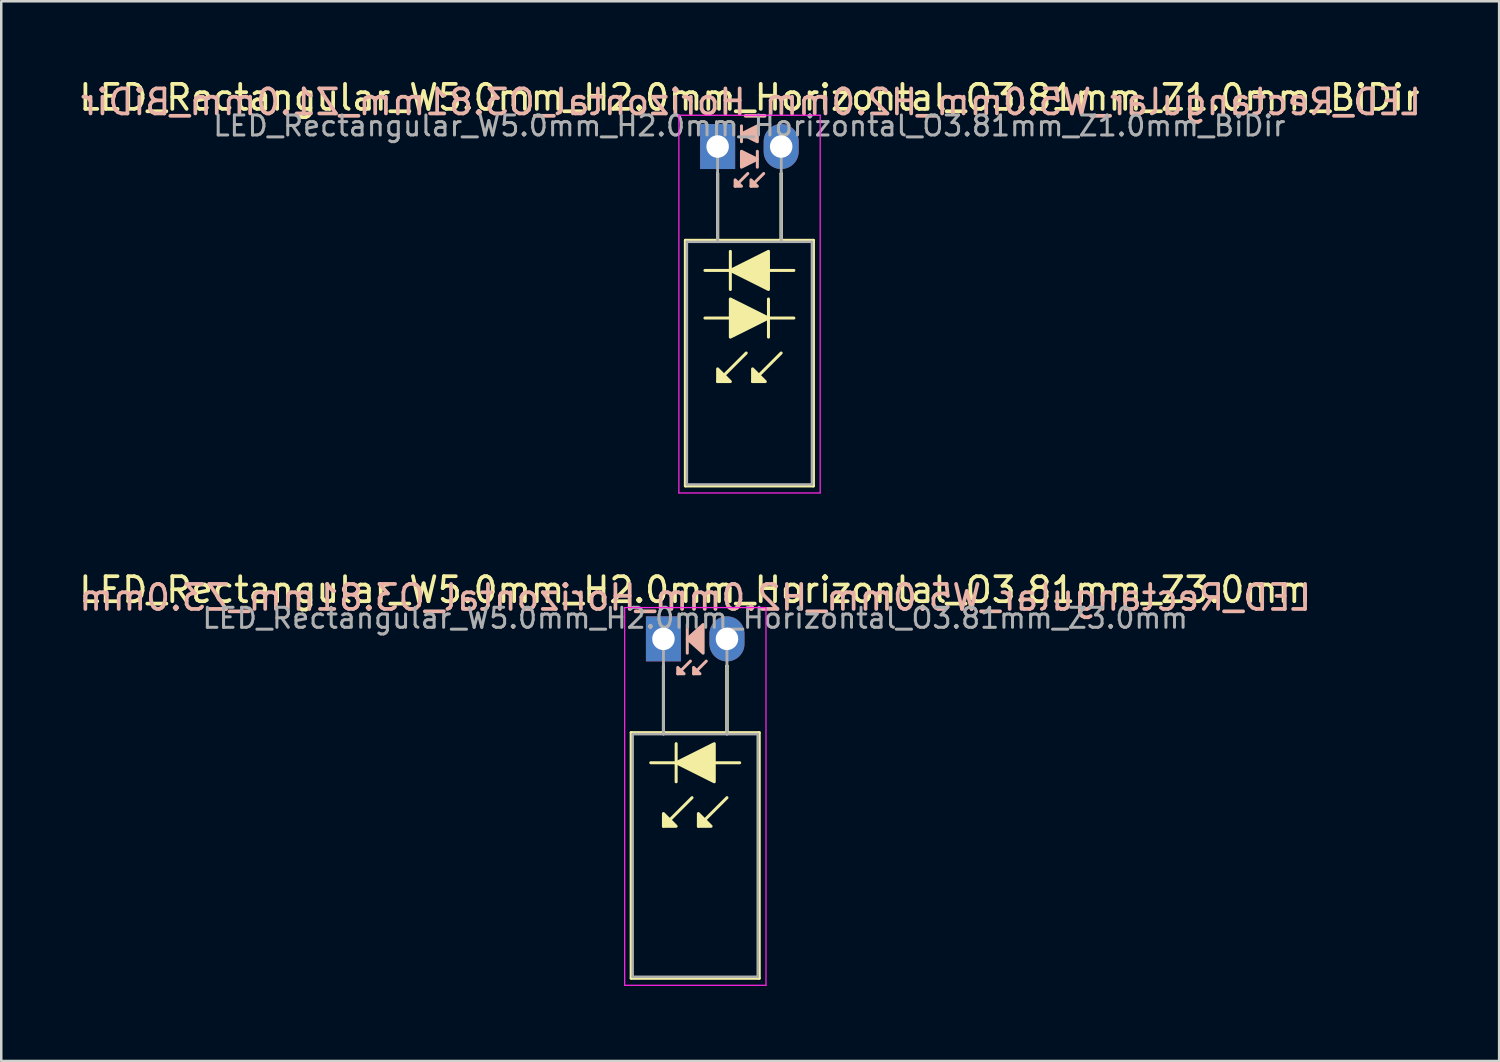
<source format=kicad_pcb>
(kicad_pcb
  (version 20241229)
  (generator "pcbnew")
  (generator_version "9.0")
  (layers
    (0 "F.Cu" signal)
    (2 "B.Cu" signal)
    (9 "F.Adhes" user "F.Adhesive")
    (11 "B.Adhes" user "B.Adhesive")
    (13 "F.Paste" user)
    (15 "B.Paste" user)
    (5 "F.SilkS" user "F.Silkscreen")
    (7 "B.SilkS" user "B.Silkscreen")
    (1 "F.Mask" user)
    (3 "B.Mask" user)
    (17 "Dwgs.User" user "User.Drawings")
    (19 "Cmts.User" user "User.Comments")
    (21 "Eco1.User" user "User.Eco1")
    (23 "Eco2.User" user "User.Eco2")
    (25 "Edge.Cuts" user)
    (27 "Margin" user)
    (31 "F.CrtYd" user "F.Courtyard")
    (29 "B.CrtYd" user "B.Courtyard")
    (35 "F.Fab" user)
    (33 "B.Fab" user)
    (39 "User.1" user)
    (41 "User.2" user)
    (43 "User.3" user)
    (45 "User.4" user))
  (footprint "LED_Rectangular_W5.0mm_H2.0mm_Horizontal_O3.81mm_Z1.0mm_BiDir"
    (layer "F.Cu")
    (at 25.641 2.808)
    (property "Reference" "LED_Rectangular_W5.0mm_H2.0mm_Horizontal_O3.81mm_Z1.0mm_BiDir" (at 1.27 -1.96 0) (layer "F.SilkS") (effects (font (size 1 1) (thickness 0.15))))
    (fp_line (start -1.29 3.75) (end -1.29 13.57) (stroke (width 0.12) (type solid)) (layer "F.SilkS"))
    (fp_line (start -1.29 13.57) (end 3.83 13.57) (stroke (width 0.12) (type solid)) (layer "F.SilkS"))
    (fp_line (start -0.508 6.858) (end 0.508 6.858) (stroke (width 0.12) (type solid)) (layer "F.SilkS"))
    (fp_line (start 0 1.08) (end 0 1.08) (stroke (width 0.12) (type solid)) (layer "F.SilkS"))
    (fp_line (start 0 1.08) (end 0 3.75) (stroke (width 0.12) (type solid)) (layer "F.SilkS"))
    (fp_line (start 0 3.75) (end 0 1.08) (stroke (width 0.12) (type solid)) (layer "F.SilkS"))
    (fp_line (start 0 3.75) (end 0 3.75) (stroke (width 0.12) (type solid)) (layer "F.SilkS"))
    (fp_line (start 0.508 4.191) (end 0.508 5.715) (stroke (width 0.12) (type solid)) (layer "F.SilkS"))
    (fp_line (start 0.508 4.953) (end -0.508 4.953) (stroke (width 0.12) (type solid)) (layer "F.SilkS"))
    (fp_line (start 1.143 8.255) (end 0 9.398) (stroke (width 0.12) (type solid)) (layer "F.SilkS"))
    (fp_line (start 2.032 6.858) (end 3.048 6.858) (stroke (width 0.12) (type solid)) (layer "F.SilkS"))
    (fp_line (start 2.032 7.62) (end 2.032 6.096) (stroke (width 0.12) (type solid)) (layer "F.SilkS"))
    (fp_line (start 2.54 1.08) (end 2.54 1.08) (stroke (width 0.12) (type solid)) (layer "F.SilkS"))
    (fp_line (start 2.54 1.08) (end 2.54 3.75) (stroke (width 0.12) (type solid)) (layer "F.SilkS"))
    (fp_line (start 2.54 3.75) (end 2.54 1.08) (stroke (width 0.12) (type solid)) (layer "F.SilkS"))
    (fp_line (start 2.54 3.75) (end 2.54 3.75) (stroke (width 0.12) (type solid)) (layer "F.SilkS"))
    (fp_line (start 2.54 8.255) (end 1.397 9.398) (stroke (width 0.12) (type solid)) (layer "F.SilkS"))
    (fp_line (start 3.048 4.953) (end 2.032 4.953) (stroke (width 0.12) (type solid)) (layer "F.SilkS"))
    (fp_line (start 3.83 3.75) (end -1.29 3.75) (stroke (width 0.12) (type solid)) (layer "F.SilkS"))
    (fp_line (start 3.83 13.57) (end 3.83 3.75) (stroke (width 0.12) (type solid)) (layer "F.SilkS"))
    (fp_poly (pts (xy 0 8.89) (xy 0.508 9.398) (xy 0 9.398)) (stroke (width 0.12) (type solid)) (fill yes) (layer "F.SilkS"))
    (fp_poly (pts (xy 0.508 6.096) (xy 2.032 6.858) (xy 0.508 7.62)) (stroke (width 0.12) (type solid)) (fill yes) (layer "F.SilkS"))
    (fp_poly (pts (xy 1.397 8.89) (xy 1.905 9.398) (xy 1.397 9.398)) (stroke (width 0.12) (type solid)) (fill yes) (layer "F.SilkS"))
    (fp_poly (pts (xy 2.032 5.715) (xy 0.508 4.953) (xy 2.032 4.191)) (stroke (width 0.12) (type solid)) (fill yes) (layer "F.SilkS"))
    (fp_line (start 0.953 -0.826) (end 0.953 -0.191) (stroke (width 0.12) (type solid)) (layer "B.SilkS"))
    (fp_line (start 1.206 1.079) (end 0.699 1.587) (stroke (width 0.12) (type solid)) (layer "B.SilkS"))
    (fp_line (start 1.587 0.826) (end 1.587 0.191) (stroke (width 0.12) (type solid)) (layer "B.SilkS"))
    (fp_line (start 1.841 1.079) (end 1.333 1.587) (stroke (width 0.12) (type solid)) (layer "B.SilkS"))
    (fp_poly (pts (xy 0.699 1.333) (xy 0.953 1.587) (xy 0.699 1.587)) (stroke (width 0.12) (type solid)) (fill yes) (layer "B.SilkS"))
    (fp_poly (pts (xy 0.953 0.191) (xy 1.587 0.508) (xy 0.953 0.826)) (stroke (width 0.12) (type solid)) (fill yes) (layer "B.SilkS"))
    (fp_poly (pts (xy 1.333 1.333) (xy 1.587 1.587) (xy 1.333 1.587)) (stroke (width 0.12) (type solid)) (fill yes) (layer "B.SilkS"))
    (fp_poly (pts (xy 1.587 -0.191) (xy 0.953 -0.508) (xy 1.587 -0.826)) (stroke (width 0.12) (type solid)) (fill yes) (layer "B.SilkS"))
    (fp_line (start -1.55 -1.25) (end -1.55 13.85) (stroke (width 0.05) (type solid)) (layer "F.CrtYd"))
    (fp_line (start -1.55 13.85) (end 4.1 13.85) (stroke (width 0.05) (type solid)) (layer "F.CrtYd"))
    (fp_line (start 4.1 -1.25) (end -1.55 -1.25) (stroke (width 0.05) (type solid)) (layer "F.CrtYd"))
    (fp_line (start 4.1 13.85) (end 4.1 -1.25) (stroke (width 0.05) (type solid)) (layer "F.CrtYd"))
    (fp_line (start -1.23 3.81) (end -1.23 13.51) (stroke (width 0.1) (type solid)) (layer "F.Fab"))
    (fp_line (start -1.23 13.51) (end 3.77 13.51) (stroke (width 0.1) (type solid)) (layer "F.Fab"))
    (fp_line (start 0 0) (end 0 0) (stroke (width 0.1) (type solid)) (layer "F.Fab"))
    (fp_line (start 0 0) (end 0 3.81) (stroke (width 0.1) (type solid)) (layer "F.Fab"))
    (fp_line (start 0 3.81) (end 0 0) (stroke (width 0.1) (type solid)) (layer "F.Fab"))
    (fp_line (start 0 3.81) (end 0 3.81) (stroke (width 0.1) (type solid)) (layer "F.Fab"))
    (fp_line (start 2.54 0) (end 2.54 0) (stroke (width 0.1) (type solid)) (layer "F.Fab"))
    (fp_line (start 2.54 0) (end 2.54 3.81) (stroke (width 0.1) (type solid)) (layer "F.Fab"))
    (fp_line (start 2.54 3.81) (end 2.54 0) (stroke (width 0.1) (type solid)) (layer "F.Fab"))
    (fp_line (start 2.54 3.81) (end 2.54 3.81) (stroke (width 0.1) (type solid)) (layer "F.Fab"))
    (fp_line (start 3.77 3.81) (end -1.23 3.81) (stroke (width 0.1) (type solid)) (layer "F.Fab"))
    (fp_line (start 3.77 13.51) (end 3.77 3.81) (stroke (width 0.1) (type solid)) (layer "F.Fab"))
    (fp_text user "${REFERENCE}" (at 1.333 -1.778 0) (layer "B.SilkS") (effects (font (size 1 1) (thickness 0.15)) (justify mirror)))
    (fp_text user "${REFERENCE}" (at 1.27 -0.826 0) (layer "F.Fab") (effects (font (size 0.8 0.8) (thickness 0.12))))
    (pad "1" thru_hole rect (at 0 0) (size 1.4 1.8) (drill 0.9) (layers "*.Cu" "*.Mask"))
    (pad "2" thru_hole oval (at 2.54 0) (size 1.4 1.8) (drill 0.9) (layers "*.Cu" "*.Mask")))
  (footprint "LED_Rectangular_W5.0mm_H2.0mm_Horizontal_O3.81mm_Z3.0mm"
    (layer "F.Cu")
    (at 23.474 22.491)
    (property "Reference" "LED_Rectangular_W5.0mm_H2.0mm_Horizontal_O3.81mm_Z3.0mm" (at 1.27 -1.96 0) (layer "F.SilkS") (effects (font (size 1 1) (thickness 0.15))))
    (fp_line (start -1.29 3.75) (end -1.29 13.57) (stroke (width 0.12) (type solid)) (layer "F.SilkS"))
    (fp_line (start -1.29 13.57) (end 3.83 13.57) (stroke (width 0.12) (type solid)) (layer "F.SilkS"))
    (fp_line (start 0 1.08) (end 0 1.08) (stroke (width 0.12) (type solid)) (layer "F.SilkS"))
    (fp_line (start 0 1.08) (end 0 3.75) (stroke (width 0.12) (type solid)) (layer "F.SilkS"))
    (fp_line (start 0 3.75) (end 0 1.08) (stroke (width 0.12) (type solid)) (layer "F.SilkS"))
    (fp_line (start 0 3.75) (end 0 3.75) (stroke (width 0.12) (type solid)) (layer "F.SilkS"))
    (fp_line (start 0.508 4.191) (end 0.508 5.715) (stroke (width 0.12) (type solid)) (layer "F.SilkS"))
    (fp_line (start 0.508 4.953) (end -0.508 4.953) (stroke (width 0.12) (type solid)) (layer "F.SilkS"))
    (fp_line (start 1.143 6.35) (end 0 7.493) (stroke (width 0.12) (type solid)) (layer "F.SilkS"))
    (fp_line (start 2.54 1.08) (end 2.54 1.08) (stroke (width 0.12) (type solid)) (layer "F.SilkS"))
    (fp_line (start 2.54 1.08) (end 2.54 3.75) (stroke (width 0.12) (type solid)) (layer "F.SilkS"))
    (fp_line (start 2.54 3.75) (end 2.54 1.08) (stroke (width 0.12) (type solid)) (layer "F.SilkS"))
    (fp_line (start 2.54 3.75) (end 2.54 3.75) (stroke (width 0.12) (type solid)) (layer "F.SilkS"))
    (fp_line (start 2.54 6.35) (end 1.397 7.493) (stroke (width 0.12) (type solid)) (layer "F.SilkS"))
    (fp_line (start 3.048 4.953) (end 2.032 4.953) (stroke (width 0.12) (type solid)) (layer "F.SilkS"))
    (fp_line (start 3.83 3.75) (end -1.29 3.75) (stroke (width 0.12) (type solid)) (layer "F.SilkS"))
    (fp_line (start 3.83 13.57) (end 3.83 3.75) (stroke (width 0.12) (type solid)) (layer "F.SilkS"))
    (fp_poly (pts (xy 0 6.985) (xy 0.508 7.493) (xy 0 7.493)) (stroke (width 0.12) (type solid)) (fill yes) (layer "F.SilkS"))
    (fp_poly (pts (xy 1.397 6.985) (xy 1.905 7.493) (xy 1.397 7.493)) (stroke (width 0.12) (type solid)) (fill yes) (layer "F.SilkS"))
    (fp_poly (pts (xy 2.032 5.715) (xy 0.508 4.953) (xy 2.032 4.191)) (stroke (width 0.12) (type solid)) (fill yes) (layer "F.SilkS"))
    (fp_line (start 0.953 -0.572) (end 0.953 0.572) (stroke (width 0.12) (type solid)) (layer "B.SilkS"))
    (fp_line (start 1.079 0.889) (end 0.572 1.397) (stroke (width 0.12) (type solid)) (layer "B.SilkS"))
    (fp_line (start 1.714 0.889) (end 1.206 1.397) (stroke (width 0.12) (type solid)) (layer "B.SilkS"))
    (fp_poly (pts (xy 0.572 1.143) (xy 0.826 1.397) (xy 0.572 1.397)) (stroke (width 0.12) (type solid)) (fill yes) (layer "B.SilkS"))
    (fp_poly (pts (xy 1.206 1.143) (xy 1.46 1.397) (xy 1.206 1.397)) (stroke (width 0.12) (type solid)) (fill yes) (layer "B.SilkS"))
    (fp_poly (pts (xy 1.587 0.572) (xy 0.953 0) (xy 1.587 -0.572)) (stroke (width 0.12) (type solid)) (fill yes) (layer "B.SilkS"))
    (fp_line (start -1.55 -1.25) (end -1.55 13.85) (stroke (width 0.05) (type solid)) (layer "F.CrtYd"))
    (fp_line (start -1.55 13.85) (end 4.1 13.85) (stroke (width 0.05) (type solid)) (layer "F.CrtYd"))
    (fp_line (start 4.1 -1.25) (end -1.55 -1.25) (stroke (width 0.05) (type solid)) (layer "F.CrtYd"))
    (fp_line (start 4.1 13.85) (end 4.1 -1.25) (stroke (width 0.05) (type solid)) (layer "F.CrtYd"))
    (fp_line (start -1.23 3.81) (end -1.23 13.51) (stroke (width 0.1) (type solid)) (layer "F.Fab"))
    (fp_line (start -1.23 13.51) (end 3.77 13.51) (stroke (width 0.1) (type solid)) (layer "F.Fab"))
    (fp_line (start 0 0) (end 0 0) (stroke (width 0.1) (type solid)) (layer "F.Fab"))
    (fp_line (start 0 0) (end 0 3.81) (stroke (width 0.1) (type solid)) (layer "F.Fab"))
    (fp_line (start 0 3.81) (end 0 0) (stroke (width 0.1) (type solid)) (layer "F.Fab"))
    (fp_line (start 0 3.81) (end 0 3.81) (stroke (width 0.1) (type solid)) (layer "F.Fab"))
    (fp_line (start 2.54 0) (end 2.54 0) (stroke (width 0.1) (type solid)) (layer "F.Fab"))
    (fp_line (start 2.54 0) (end 2.54 3.81) (stroke (width 0.1) (type solid)) (layer "F.Fab"))
    (fp_line (start 2.54 3.81) (end 2.54 0) (stroke (width 0.1) (type solid)) (layer "F.Fab"))
    (fp_line (start 2.54 3.81) (end 2.54 3.81) (stroke (width 0.1) (type solid)) (layer "F.Fab"))
    (fp_line (start 3.77 3.81) (end -1.23 3.81) (stroke (width 0.1) (type solid)) (layer "F.Fab"))
    (fp_line (start 3.77 13.51) (end 3.77 3.81) (stroke (width 0.1) (type solid)) (layer "F.Fab"))
    (fp_text user "${REFERENCE}" (at 1.27 -1.651 0) (layer "B.SilkS") (effects (font (size 1 1) (thickness 0.15)) (justify mirror)))
    (fp_text user "${REFERENCE}" (at 1.27 -0.826 0) (layer "F.Fab") (effects (font (size 0.8 0.8) (thickness 0.12))))
    (pad "1" thru_hole rect (at 0 0) (size 1.4 1.8) (drill 0.9) (layers "*.Cu" "*.Mask"))
    (pad "2" thru_hole oval (at 2.54 0) (size 1.4 1.8) (drill 0.9) (layers "*.Cu" "*.Mask")))
  (gr_rect
    (start -3 -3)
    (end 56.885 39.367)
    (stroke (width 0.1) (type default))
    (fill no)
    (layer "Edge.Cuts")))
</source>
